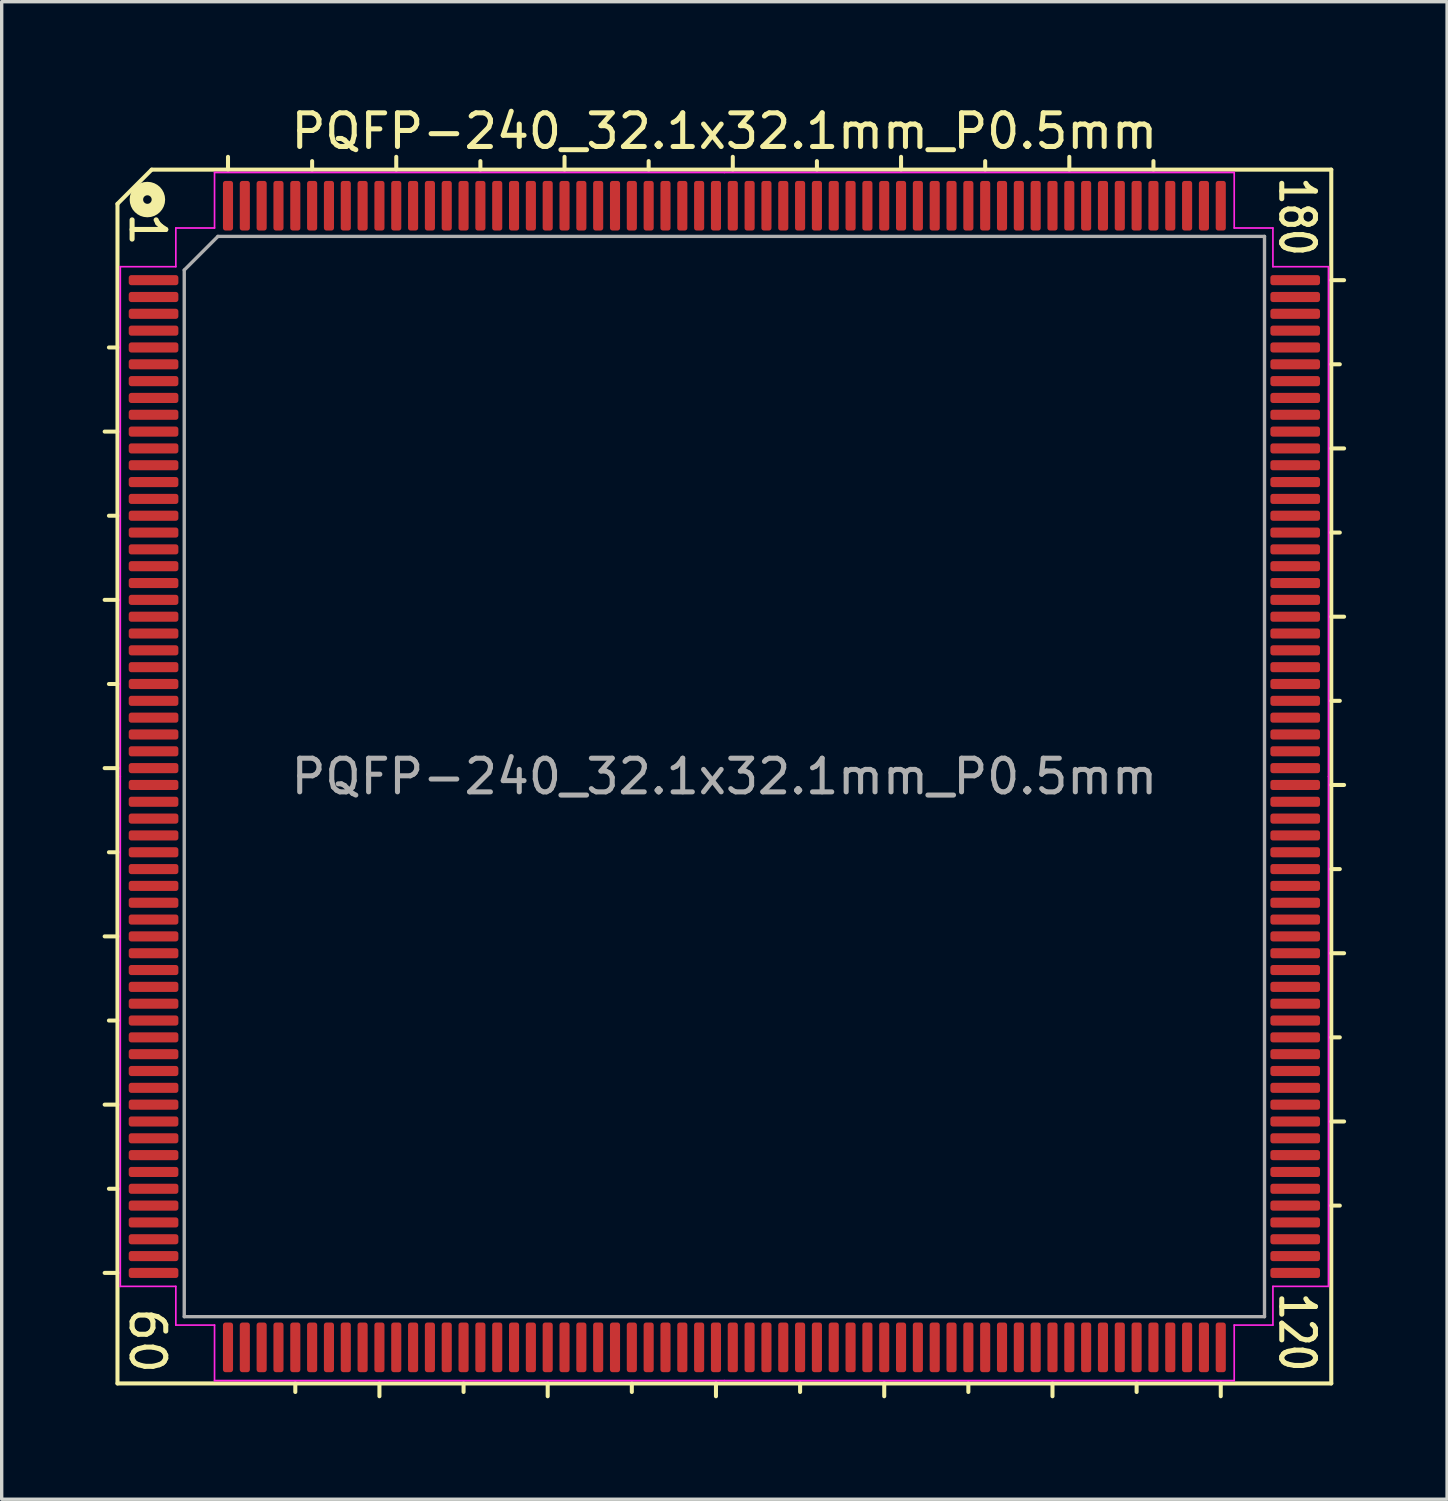
<source format=kicad_pcb>
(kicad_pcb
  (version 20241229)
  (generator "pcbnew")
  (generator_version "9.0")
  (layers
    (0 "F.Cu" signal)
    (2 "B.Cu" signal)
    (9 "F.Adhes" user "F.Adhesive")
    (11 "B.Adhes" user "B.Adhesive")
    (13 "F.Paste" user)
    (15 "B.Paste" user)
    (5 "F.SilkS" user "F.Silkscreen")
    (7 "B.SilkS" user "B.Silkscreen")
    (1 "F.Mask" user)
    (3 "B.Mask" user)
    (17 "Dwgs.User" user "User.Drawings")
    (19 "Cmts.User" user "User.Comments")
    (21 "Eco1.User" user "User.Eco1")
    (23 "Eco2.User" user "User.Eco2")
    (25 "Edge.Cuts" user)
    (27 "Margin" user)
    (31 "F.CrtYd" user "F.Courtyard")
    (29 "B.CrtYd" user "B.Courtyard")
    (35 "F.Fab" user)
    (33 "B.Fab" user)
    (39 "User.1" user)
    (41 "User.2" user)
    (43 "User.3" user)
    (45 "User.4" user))
  (footprint "PQFP-240_32.1x32.1mm_P0.5mm"
    (layer "F.Cu")
    (at 18.475 20.025)
    (property "Reference" "PQFP-240_32.1x32.1mm_P0.5mm" (at 0 -19.177 0) (layer "F.SilkS") (effects (font (size 1 1) (thickness 0.15))))
    (attr smd)
    (fp_line (start -18.034 -17.018) (end -18.034 18.034) (stroke (width 0.12) (type solid)) (layer "F.SilkS"))
    (fp_line (start -18.034 -12.75) (end -18.288 -12.75) (stroke (width 0.12) (type solid)) (layer "F.SilkS"))
    (fp_line (start -18.034 -10.25) (end -18.415 -10.25) (stroke (width 0.12) (type solid)) (layer "F.SilkS"))
    (fp_line (start -18.034 -7.75) (end -18.288 -7.75) (stroke (width 0.12) (type solid)) (layer "F.SilkS"))
    (fp_line (start -18.034 -5.25) (end -18.415 -5.25) (stroke (width 0.12) (type solid)) (layer "F.SilkS"))
    (fp_line (start -18.034 -2.75) (end -18.288 -2.75) (stroke (width 0.12) (type solid)) (layer "F.SilkS"))
    (fp_line (start -18.034 -0.25) (end -18.415 -0.25) (stroke (width 0.12) (type solid)) (layer "F.SilkS"))
    (fp_line (start -18.034 2.25) (end -18.288 2.25) (stroke (width 0.12) (type solid)) (layer "F.SilkS"))
    (fp_line (start -18.034 4.75) (end -18.415 4.75) (stroke (width 0.12) (type solid)) (layer "F.SilkS"))
    (fp_line (start -18.034 7.25) (end -18.288 7.25) (stroke (width 0.12) (type solid)) (layer "F.SilkS"))
    (fp_line (start -18.034 9.75) (end -18.415 9.75) (stroke (width 0.12) (type solid)) (layer "F.SilkS"))
    (fp_line (start -18.034 12.25) (end -18.288 12.25) (stroke (width 0.12) (type solid)) (layer "F.SilkS"))
    (fp_line (start -18.034 14.75) (end -18.415 14.75) (stroke (width 0.12) (type solid)) (layer "F.SilkS"))
    (fp_line (start -18.034 18.034) (end 18.034 18.034) (stroke (width 0.12) (type solid)) (layer "F.SilkS"))
    (fp_line (start -17.018 -18.034) (end -18.034 -17.018) (stroke (width 0.12) (type solid)) (layer "F.SilkS"))
    (fp_line (start -14.75 -18.034) (end -14.75 -18.415) (stroke (width 0.12) (type solid)) (layer "F.SilkS"))
    (fp_line (start -12.75 18.034) (end -12.75 18.288) (stroke (width 0.12) (type solid)) (layer "F.SilkS"))
    (fp_line (start -12.25 -18.034) (end -12.25 -18.288) (stroke (width 0.12) (type solid)) (layer "F.SilkS"))
    (fp_line (start -10.25 18.034) (end -10.25 18.415) (stroke (width 0.12) (type solid)) (layer "F.SilkS"))
    (fp_line (start -9.75 -18.034) (end -9.75 -18.415) (stroke (width 0.12) (type solid)) (layer "F.SilkS"))
    (fp_line (start -7.75 18.034) (end -7.75 18.288) (stroke (width 0.12) (type solid)) (layer "F.SilkS"))
    (fp_line (start -7.25 -18.288) (end -7.25 -18.034) (stroke (width 0.12) (type solid)) (layer "F.SilkS"))
    (fp_line (start -5.25 18.034) (end -5.25 18.415) (stroke (width 0.12) (type solid)) (layer "F.SilkS"))
    (fp_line (start -4.75 -18.415) (end -4.75 -18.034) (stroke (width 0.12) (type solid)) (layer "F.SilkS"))
    (fp_line (start -2.75 18.034) (end -2.75 18.288) (stroke (width 0.12) (type solid)) (layer "F.SilkS"))
    (fp_line (start -2.25 -18.288) (end -2.25 -18.034) (stroke (width 0.12) (type solid)) (layer "F.SilkS"))
    (fp_line (start -0.25 18.034) (end -0.25 18.415) (stroke (width 0.12) (type solid)) (layer "F.SilkS"))
    (fp_line (start 0.25 -18.034) (end 0.25 -18.415) (stroke (width 0.12) (type solid)) (layer "F.SilkS"))
    (fp_line (start 2.25 18.034) (end 2.25 18.288) (stroke (width 0.12) (type solid)) (layer "F.SilkS"))
    (fp_line (start 2.75 -18.034) (end 2.75 -18.288) (stroke (width 0.12) (type solid)) (layer "F.SilkS"))
    (fp_line (start 4.75 18.034) (end 4.75 18.415) (stroke (width 0.12) (type solid)) (layer "F.SilkS"))
    (fp_line (start 5.25 -18.034) (end 5.25 -18.415) (stroke (width 0.12) (type solid)) (layer "F.SilkS"))
    (fp_line (start 7.25 18.034) (end 7.25 18.288) (stroke (width 0.12) (type solid)) (layer "F.SilkS"))
    (fp_line (start 7.75 -18.034) (end 7.75 -18.288) (stroke (width 0.12) (type solid)) (layer "F.SilkS"))
    (fp_line (start 9.75 18.034) (end 9.75 18.415) (stroke (width 0.12) (type solid)) (layer "F.SilkS"))
    (fp_line (start 10.25 -18.034) (end 10.25 -18.415) (stroke (width 0.12) (type solid)) (layer "F.SilkS"))
    (fp_line (start 12.25 18.034) (end 12.25 18.288) (stroke (width 0.12) (type solid)) (layer "F.SilkS"))
    (fp_line (start 12.75 -18.034) (end 12.75 -18.288) (stroke (width 0.12) (type solid)) (layer "F.SilkS"))
    (fp_line (start 14.75 18.034) (end 14.75 18.415) (stroke (width 0.12) (type solid)) (layer "F.SilkS"))
    (fp_line (start 18.034 -18.034) (end -17.018 -18.034) (stroke (width 0.12) (type solid)) (layer "F.SilkS"))
    (fp_line (start 18.034 -14.75) (end 18.415 -14.75) (stroke (width 0.12) (type solid)) (layer "F.SilkS"))
    (fp_line (start 18.034 -12.25) (end 18.288 -12.25) (stroke (width 0.12) (type solid)) (layer "F.SilkS"))
    (fp_line (start 18.034 -9.75) (end 18.415 -9.75) (stroke (width 0.12) (type solid)) (layer "F.SilkS"))
    (fp_line (start 18.034 -7.25) (end 18.288 -7.25) (stroke (width 0.12) (type solid)) (layer "F.SilkS"))
    (fp_line (start 18.034 -4.75) (end 18.415 -4.75) (stroke (width 0.12) (type solid)) (layer "F.SilkS"))
    (fp_line (start 18.034 -2.25) (end 18.288 -2.25) (stroke (width 0.12) (type solid)) (layer "F.SilkS"))
    (fp_line (start 18.034 0.25) (end 18.415 0.25) (stroke (width 0.12) (type solid)) (layer "F.SilkS"))
    (fp_line (start 18.034 2.75) (end 18.288 2.75) (stroke (width 0.12) (type solid)) (layer "F.SilkS"))
    (fp_line (start 18.034 5.25) (end 18.415 5.25) (stroke (width 0.12) (type solid)) (layer "F.SilkS"))
    (fp_line (start 18.034 7.75) (end 18.288 7.75) (stroke (width 0.12) (type solid)) (layer "F.SilkS"))
    (fp_line (start 18.034 10.25) (end 18.415 10.25) (stroke (width 0.12) (type solid)) (layer "F.SilkS"))
    (fp_line (start 18.034 12.75) (end 18.288 12.75) (stroke (width 0.12) (type solid)) (layer "F.SilkS"))
    (fp_line (start 18.034 18.034) (end 18.034 -18.034) (stroke (width 0.12) (type solid)) (layer "F.SilkS"))
    (fp_circle (center -17.145 -17.145) (end -17.018 -17.145) (stroke (width 0.4) (type solid)) (fill no) (layer "F.SilkS"))
    (fp_line (start -17.95 -15.15) (end -17.95 0) (stroke (width 0.05) (type solid)) (layer "F.CrtYd"))
    (fp_line (start -17.95 15.15) (end -17.95 0) (stroke (width 0.05) (type solid)) (layer "F.CrtYd"))
    (fp_line (start -16.3 -16.3) (end -16.3 -15.15) (stroke (width 0.05) (type solid)) (layer "F.CrtYd"))
    (fp_line (start -16.3 -15.15) (end -17.95 -15.15) (stroke (width 0.05) (type solid)) (layer "F.CrtYd"))
    (fp_line (start -16.3 15.15) (end -17.95 15.15) (stroke (width 0.05) (type solid)) (layer "F.CrtYd"))
    (fp_line (start -16.3 16.3) (end -16.3 15.15) (stroke (width 0.05) (type solid)) (layer "F.CrtYd"))
    (fp_line (start -15.15 -17.95) (end -15.15 -16.3) (stroke (width 0.05) (type solid)) (layer "F.CrtYd"))
    (fp_line (start -15.15 -16.3) (end -16.3 -16.3) (stroke (width 0.05) (type solid)) (layer "F.CrtYd"))
    (fp_line (start -15.15 16.3) (end -16.3 16.3) (stroke (width 0.05) (type solid)) (layer "F.CrtYd"))
    (fp_line (start -15.15 17.95) (end -15.15 16.3) (stroke (width 0.05) (type solid)) (layer "F.CrtYd"))
    (fp_line (start 0 -17.95) (end -15.15 -17.95) (stroke (width 0.05) (type solid)) (layer "F.CrtYd"))
    (fp_line (start 0 -17.95) (end 15.15 -17.95) (stroke (width 0.05) (type solid)) (layer "F.CrtYd"))
    (fp_line (start 0 17.95) (end -15.15 17.95) (stroke (width 0.05) (type solid)) (layer "F.CrtYd"))
    (fp_line (start 0 17.95) (end 15.15 17.95) (stroke (width 0.05) (type solid)) (layer "F.CrtYd"))
    (fp_line (start 15.15 -17.95) (end 15.15 -16.3) (stroke (width 0.05) (type solid)) (layer "F.CrtYd"))
    (fp_line (start 15.15 -16.3) (end 16.3 -16.3) (stroke (width 0.05) (type solid)) (layer "F.CrtYd"))
    (fp_line (start 15.15 16.3) (end 16.3 16.3) (stroke (width 0.05) (type solid)) (layer "F.CrtYd"))
    (fp_line (start 15.15 17.95) (end 15.15 16.3) (stroke (width 0.05) (type solid)) (layer "F.CrtYd"))
    (fp_line (start 16.3 -16.3) (end 16.3 -15.15) (stroke (width 0.05) (type solid)) (layer "F.CrtYd"))
    (fp_line (start 16.3 -15.15) (end 17.95 -15.15) (stroke (width 0.05) (type solid)) (layer "F.CrtYd"))
    (fp_line (start 16.3 15.15) (end 17.95 15.15) (stroke (width 0.05) (type solid)) (layer "F.CrtYd"))
    (fp_line (start 16.3 16.3) (end 16.3 15.15) (stroke (width 0.05) (type solid)) (layer "F.CrtYd"))
    (fp_line (start 17.95 -15.15) (end 17.95 0) (stroke (width 0.05) (type solid)) (layer "F.CrtYd"))
    (fp_line (start 17.95 15.15) (end 17.95 0) (stroke (width 0.05) (type solid)) (layer "F.CrtYd"))
    (fp_line (start -16.05 -15.05) (end -15.05 -16.05) (stroke (width 0.1) (type solid)) (layer "F.Fab"))
    (fp_line (start -16.05 16.05) (end -16.05 -15.05) (stroke (width 0.1) (type solid)) (layer "F.Fab"))
    (fp_line (start -15.05 -16.05) (end 16.05 -16.05) (stroke (width 0.1) (type solid)) (layer "F.Fab"))
    (fp_line (start 16.05 -16.05) (end 16.05 16.05) (stroke (width 0.1) (type solid)) (layer "F.Fab"))
    (fp_line (start 16.05 16.05) (end -16.05 16.05) (stroke (width 0.1) (type solid)) (layer "F.Fab"))
    (fp_text user "1" (at -17.145 -16.256 270) (unlocked yes) (layer "F.SilkS") (effects (font (size 1 1) (thickness 0.15))))
    (fp_text user "180" (at 17.018 -16.637 270) (unlocked yes) (layer "F.SilkS") (effects (font (size 1 0.8) (thickness 0.15))))
    (fp_text user "60" (at -17.145 16.764 270) (unlocked yes) (layer "F.SilkS") (effects (font (size 1 1) (thickness 0.15))))
    (fp_text user "120" (at 17.018 16.51 270) (unlocked yes) (layer "F.SilkS") (effects (font (size 1 0.8) (thickness 0.15))))
    (fp_text user "${REFERENCE}" (at 0 0 0) (layer "F.Fab") (effects (font (size 1 1) (thickness 0.15))))
    (pad "1" smd roundrect (at -16.962 -14.75) (size 1.475 0.3) (layers "F.Cu" "F.Mask" "F.Paste") (roundrect_rratio 0.25))
    (pad "2" smd roundrect (at -16.962 -14.25) (size 1.475 0.3) (layers "F.Cu" "F.Mask" "F.Paste") (roundrect_rratio 0.25))
    (pad "3" smd roundrect (at -16.962 -13.75) (size 1.475 0.3) (layers "F.Cu" "F.Mask" "F.Paste") (roundrect_rratio 0.25))
    (pad "4" smd roundrect (at -16.962 -13.25) (size 1.475 0.3) (layers "F.Cu" "F.Mask" "F.Paste") (roundrect_rratio 0.25))
    (pad "5" smd roundrect (at -16.962 -12.75) (size 1.475 0.3) (layers "F.Cu" "F.Mask" "F.Paste") (roundrect_rratio 0.25))
    (pad "6" smd roundrect (at -16.962 -12.25) (size 1.475 0.3) (layers "F.Cu" "F.Mask" "F.Paste") (roundrect_rratio 0.25))
    (pad "7" smd roundrect (at -16.962 -11.75) (size 1.475 0.3) (layers "F.Cu" "F.Mask" "F.Paste") (roundrect_rratio 0.25))
    (pad "8" smd roundrect (at -16.962 -11.25) (size 1.475 0.3) (layers "F.Cu" "F.Mask" "F.Paste") (roundrect_rratio 0.25))
    (pad "9" smd roundrect (at -16.962 -10.75) (size 1.475 0.3) (layers "F.Cu" "F.Mask" "F.Paste") (roundrect_rratio 0.25))
    (pad "10" smd roundrect (at -16.962 -10.25) (size 1.475 0.3) (layers "F.Cu" "F.Mask" "F.Paste") (roundrect_rratio 0.25))
    (pad "11" smd roundrect (at -16.962 -9.75) (size 1.475 0.3) (layers "F.Cu" "F.Mask" "F.Paste") (roundrect_rratio 0.25))
    (pad "12" smd roundrect (at -16.962 -9.25) (size 1.475 0.3) (layers "F.Cu" "F.Mask" "F.Paste") (roundrect_rratio 0.25))
    (pad "13" smd roundrect (at -16.962 -8.75) (size 1.475 0.3) (layers "F.Cu" "F.Mask" "F.Paste") (roundrect_rratio 0.25))
    (pad "14" smd roundrect (at -16.962 -8.25) (size 1.475 0.3) (layers "F.Cu" "F.Mask" "F.Paste") (roundrect_rratio 0.25))
    (pad "15" smd roundrect (at -16.962 -7.75) (size 1.475 0.3) (layers "F.Cu" "F.Mask" "F.Paste") (roundrect_rratio 0.25))
    (pad "16" smd roundrect (at -16.962 -7.25) (size 1.475 0.3) (layers "F.Cu" "F.Mask" "F.Paste") (roundrect_rratio 0.25))
    (pad "17" smd roundrect (at -16.962 -6.75) (size 1.475 0.3) (layers "F.Cu" "F.Mask" "F.Paste") (roundrect_rratio 0.25))
    (pad "18" smd roundrect (at -16.962 -6.25) (size 1.475 0.3) (layers "F.Cu" "F.Mask" "F.Paste") (roundrect_rratio 0.25))
    (pad "19" smd roundrect (at -16.962 -5.75) (size 1.475 0.3) (layers "F.Cu" "F.Mask" "F.Paste") (roundrect_rratio 0.25))
    (pad "20" smd roundrect (at -16.962 -5.25) (size 1.475 0.3) (layers "F.Cu" "F.Mask" "F.Paste") (roundrect_rratio 0.25))
    (pad "21" smd roundrect (at -16.962 -4.75) (size 1.475 0.3) (layers "F.Cu" "F.Mask" "F.Paste") (roundrect_rratio 0.25))
    (pad "22" smd roundrect (at -16.962 -4.25) (size 1.475 0.3) (layers "F.Cu" "F.Mask" "F.Paste") (roundrect_rratio 0.25))
    (pad "23" smd roundrect (at -16.962 -3.75) (size 1.475 0.3) (layers "F.Cu" "F.Mask" "F.Paste") (roundrect_rratio 0.25))
    (pad "24" smd roundrect (at -16.962 -3.25) (size 1.475 0.3) (layers "F.Cu" "F.Mask" "F.Paste") (roundrect_rratio 0.25))
    (pad "25" smd roundrect (at -16.962 -2.75) (size 1.475 0.3) (layers "F.Cu" "F.Mask" "F.Paste") (roundrect_rratio 0.25))
    (pad "26" smd roundrect (at -16.962 -2.25) (size 1.475 0.3) (layers "F.Cu" "F.Mask" "F.Paste") (roundrect_rratio 0.25))
    (pad "27" smd roundrect (at -16.962 -1.75) (size 1.475 0.3) (layers "F.Cu" "F.Mask" "F.Paste") (roundrect_rratio 0.25))
    (pad "28" smd roundrect (at -16.962 -1.25) (size 1.475 0.3) (layers "F.Cu" "F.Mask" "F.Paste") (roundrect_rratio 0.25))
    (pad "29" smd roundrect (at -16.962 -0.75) (size 1.475 0.3) (layers "F.Cu" "F.Mask" "F.Paste") (roundrect_rratio 0.25))
    (pad "30" smd roundrect (at -16.962 -0.25) (size 1.475 0.3) (layers "F.Cu" "F.Mask" "F.Paste") (roundrect_rratio 0.25))
    (pad "31" smd roundrect (at -16.962 0.25) (size 1.475 0.3) (layers "F.Cu" "F.Mask" "F.Paste") (roundrect_rratio 0.25))
    (pad "32" smd roundrect (at -16.962 0.75) (size 1.475 0.3) (layers "F.Cu" "F.Mask" "F.Paste") (roundrect_rratio 0.25))
    (pad "33" smd roundrect (at -16.962 1.25) (size 1.475 0.3) (layers "F.Cu" "F.Mask" "F.Paste") (roundrect_rratio 0.25))
    (pad "34" smd roundrect (at -16.962 1.75) (size 1.475 0.3) (layers "F.Cu" "F.Mask" "F.Paste") (roundrect_rratio 0.25))
    (pad "35" smd roundrect (at -16.962 2.25) (size 1.475 0.3) (layers "F.Cu" "F.Mask" "F.Paste") (roundrect_rratio 0.25))
    (pad "36" smd roundrect (at -16.962 2.75) (size 1.475 0.3) (layers "F.Cu" "F.Mask" "F.Paste") (roundrect_rratio 0.25))
    (pad "37" smd roundrect (at -16.962 3.25) (size 1.475 0.3) (layers "F.Cu" "F.Mask" "F.Paste") (roundrect_rratio 0.25))
    (pad "38" smd roundrect (at -16.962 3.75) (size 1.475 0.3) (layers "F.Cu" "F.Mask" "F.Paste") (roundrect_rratio 0.25))
    (pad "39" smd roundrect (at -16.962 4.25) (size 1.475 0.3) (layers "F.Cu" "F.Mask" "F.Paste") (roundrect_rratio 0.25))
    (pad "40" smd roundrect (at -16.962 4.75) (size 1.475 0.3) (layers "F.Cu" "F.Mask" "F.Paste") (roundrect_rratio 0.25))
    (pad "41" smd roundrect (at -16.962 5.25) (size 1.475 0.3) (layers "F.Cu" "F.Mask" "F.Paste") (roundrect_rratio 0.25))
    (pad "42" smd roundrect (at -16.962 5.75) (size 1.475 0.3) (layers "F.Cu" "F.Mask" "F.Paste") (roundrect_rratio 0.25))
    (pad "43" smd roundrect (at -16.962 6.25) (size 1.475 0.3) (layers "F.Cu" "F.Mask" "F.Paste") (roundrect_rratio 0.25))
    (pad "44" smd roundrect (at -16.962 6.75) (size 1.475 0.3) (layers "F.Cu" "F.Mask" "F.Paste") (roundrect_rratio 0.25))
    (pad "45" smd roundrect (at -16.962 7.25) (size 1.475 0.3) (layers "F.Cu" "F.Mask" "F.Paste") (roundrect_rratio 0.25))
    (pad "46" smd roundrect (at -16.962 7.75) (size 1.475 0.3) (layers "F.Cu" "F.Mask" "F.Paste") (roundrect_rratio 0.25))
    (pad "47" smd roundrect (at -16.962 8.25) (size 1.475 0.3) (layers "F.Cu" "F.Mask" "F.Paste") (roundrect_rratio 0.25))
    (pad "48" smd roundrect (at -16.962 8.75) (size 1.475 0.3) (layers "F.Cu" "F.Mask" "F.Paste") (roundrect_rratio 0.25))
    (pad "49" smd roundrect (at -16.962 9.25) (size 1.475 0.3) (layers "F.Cu" "F.Mask" "F.Paste") (roundrect_rratio 0.25))
    (pad "50" smd roundrect (at -16.962 9.75) (size 1.475 0.3) (layers "F.Cu" "F.Mask" "F.Paste") (roundrect_rratio 0.25))
    (pad "51" smd roundrect (at -16.962 10.25) (size 1.475 0.3) (layers "F.Cu" "F.Mask" "F.Paste") (roundrect_rratio 0.25))
    (pad "52" smd roundrect (at -16.962 10.75) (size 1.475 0.3) (layers "F.Cu" "F.Mask" "F.Paste") (roundrect_rratio 0.25))
    (pad "53" smd roundrect (at -16.962 11.25) (size 1.475 0.3) (layers "F.Cu" "F.Mask" "F.Paste") (roundrect_rratio 0.25))
    (pad "54" smd roundrect (at -16.962 11.75) (size 1.475 0.3) (layers "F.Cu" "F.Mask" "F.Paste") (roundrect_rratio 0.25))
    (pad "55" smd roundrect (at -16.962 12.25) (size 1.475 0.3) (layers "F.Cu" "F.Mask" "F.Paste") (roundrect_rratio 0.25))
    (pad "56" smd roundrect (at -16.962 12.75) (size 1.475 0.3) (layers "F.Cu" "F.Mask" "F.Paste") (roundrect_rratio 0.25))
    (pad "57" smd roundrect (at -16.962 13.25) (size 1.475 0.3) (layers "F.Cu" "F.Mask" "F.Paste") (roundrect_rratio 0.25))
    (pad "58" smd roundrect (at -16.962 13.75) (size 1.475 0.3) (layers "F.Cu" "F.Mask" "F.Paste") (roundrect_rratio 0.25))
    (pad "59" smd roundrect (at -16.962 14.25) (size 1.475 0.3) (layers "F.Cu" "F.Mask" "F.Paste") (roundrect_rratio 0.25))
    (pad "60" smd roundrect (at -16.962 14.75) (size 1.475 0.3) (layers "F.Cu" "F.Mask" "F.Paste") (roundrect_rratio 0.25))
    (pad "61" smd roundrect (at -14.75 16.962) (size 0.3 1.475) (layers "F.Cu" "F.Mask" "F.Paste") (roundrect_rratio 0.25))
    (pad "62" smd roundrect (at -14.25 16.962) (size 0.3 1.475) (layers "F.Cu" "F.Mask" "F.Paste") (roundrect_rratio 0.25))
    (pad "63" smd roundrect (at -13.75 16.962) (size 0.3 1.475) (layers "F.Cu" "F.Mask" "F.Paste") (roundrect_rratio 0.25))
    (pad "64" smd roundrect (at -13.25 16.962) (size 0.3 1.475) (layers "F.Cu" "F.Mask" "F.Paste") (roundrect_rratio 0.25))
    (pad "65" smd roundrect (at -12.75 16.962) (size 0.3 1.475) (layers "F.Cu" "F.Mask" "F.Paste") (roundrect_rratio 0.25))
    (pad "66" smd roundrect (at -12.25 16.962) (size 0.3 1.475) (layers "F.Cu" "F.Mask" "F.Paste") (roundrect_rratio 0.25))
    (pad "67" smd roundrect (at -11.75 16.962) (size 0.3 1.475) (layers "F.Cu" "F.Mask" "F.Paste") (roundrect_rratio 0.25))
    (pad "68" smd roundrect (at -11.25 16.962) (size 0.3 1.475) (layers "F.Cu" "F.Mask" "F.Paste") (roundrect_rratio 0.25))
    (pad "69" smd roundrect (at -10.75 16.962) (size 0.3 1.475) (layers "F.Cu" "F.Mask" "F.Paste") (roundrect_rratio 0.25))
    (pad "70" smd roundrect (at -10.25 16.962) (size 0.3 1.475) (layers "F.Cu" "F.Mask" "F.Paste") (roundrect_rratio 0.25))
    (pad "71" smd roundrect (at -9.75 16.962) (size 0.3 1.475) (layers "F.Cu" "F.Mask" "F.Paste") (roundrect_rratio 0.25))
    (pad "72" smd roundrect (at -9.25 16.962) (size 0.3 1.475) (layers "F.Cu" "F.Mask" "F.Paste") (roundrect_rratio 0.25))
    (pad "73" smd roundrect (at -8.75 16.962) (size 0.3 1.475) (layers "F.Cu" "F.Mask" "F.Paste") (roundrect_rratio 0.25))
    (pad "74" smd roundrect (at -8.25 16.962) (size 0.3 1.475) (layers "F.Cu" "F.Mask" "F.Paste") (roundrect_rratio 0.25))
    (pad "75" smd roundrect (at -7.75 16.962) (size 0.3 1.475) (layers "F.Cu" "F.Mask" "F.Paste") (roundrect_rratio 0.25))
    (pad "76" smd roundrect (at -7.25 16.962) (size 0.3 1.475) (layers "F.Cu" "F.Mask" "F.Paste") (roundrect_rratio 0.25))
    (pad "77" smd roundrect (at -6.75 16.962) (size 0.3 1.475) (layers "F.Cu" "F.Mask" "F.Paste") (roundrect_rratio 0.25))
    (pad "78" smd roundrect (at -6.25 16.962) (size 0.3 1.475) (layers "F.Cu" "F.Mask" "F.Paste") (roundrect_rratio 0.25))
    (pad "79" smd roundrect (at -5.75 16.962) (size 0.3 1.475) (layers "F.Cu" "F.Mask" "F.Paste") (roundrect_rratio 0.25))
    (pad "80" smd roundrect (at -5.25 16.962) (size 0.3 1.475) (layers "F.Cu" "F.Mask" "F.Paste") (roundrect_rratio 0.25))
    (pad "81" smd roundrect (at -4.75 16.962) (size 0.3 1.475) (layers "F.Cu" "F.Mask" "F.Paste") (roundrect_rratio 0.25))
    (pad "82" smd roundrect (at -4.25 16.962) (size 0.3 1.475) (layers "F.Cu" "F.Mask" "F.Paste") (roundrect_rratio 0.25))
    (pad "83" smd roundrect (at -3.75 16.962) (size 0.3 1.475) (layers "F.Cu" "F.Mask" "F.Paste") (roundrect_rratio 0.25))
    (pad "84" smd roundrect (at -3.25 16.962) (size 0.3 1.475) (layers "F.Cu" "F.Mask" "F.Paste") (roundrect_rratio 0.25))
    (pad "85" smd roundrect (at -2.75 16.962) (size 0.3 1.475) (layers "F.Cu" "F.Mask" "F.Paste") (roundrect_rratio 0.25))
    (pad "86" smd roundrect (at -2.25 16.962) (size 0.3 1.475) (layers "F.Cu" "F.Mask" "F.Paste") (roundrect_rratio 0.25))
    (pad "87" smd roundrect (at -1.75 16.962) (size 0.3 1.475) (layers "F.Cu" "F.Mask" "F.Paste") (roundrect_rratio 0.25))
    (pad "88" smd roundrect (at -1.25 16.962) (size 0.3 1.475) (layers "F.Cu" "F.Mask" "F.Paste") (roundrect_rratio 0.25))
    (pad "89" smd roundrect (at -0.75 16.962) (size 0.3 1.475) (layers "F.Cu" "F.Mask" "F.Paste") (roundrect_rratio 0.25))
    (pad "90" smd roundrect (at -0.25 16.962) (size 0.3 1.475) (layers "F.Cu" "F.Mask" "F.Paste") (roundrect_rratio 0.25))
    (pad "91" smd roundrect (at 0.25 16.962) (size 0.3 1.475) (layers "F.Cu" "F.Mask" "F.Paste") (roundrect_rratio 0.25))
    (pad "92" smd roundrect (at 0.75 16.962) (size 0.3 1.475) (layers "F.Cu" "F.Mask" "F.Paste") (roundrect_rratio 0.25))
    (pad "93" smd roundrect (at 1.25 16.962) (size 0.3 1.475) (layers "F.Cu" "F.Mask" "F.Paste") (roundrect_rratio 0.25))
    (pad "94" smd roundrect (at 1.75 16.962) (size 0.3 1.475) (layers "F.Cu" "F.Mask" "F.Paste") (roundrect_rratio 0.25))
    (pad "95" smd roundrect (at 2.25 16.962) (size 0.3 1.475) (layers "F.Cu" "F.Mask" "F.Paste") (roundrect_rratio 0.25))
    (pad "96" smd roundrect (at 2.75 16.962) (size 0.3 1.475) (layers "F.Cu" "F.Mask" "F.Paste") (roundrect_rratio 0.25))
    (pad "97" smd roundrect (at 3.25 16.962) (size 0.3 1.475) (layers "F.Cu" "F.Mask" "F.Paste") (roundrect_rratio 0.25))
    (pad "98" smd roundrect (at 3.75 16.962) (size 0.3 1.475) (layers "F.Cu" "F.Mask" "F.Paste") (roundrect_rratio 0.25))
    (pad "99" smd roundrect (at 4.25 16.962) (size 0.3 1.475) (layers "F.Cu" "F.Mask" "F.Paste") (roundrect_rratio 0.25))
    (pad "100" smd roundrect (at 4.75 16.962) (size 0.3 1.475) (layers "F.Cu" "F.Mask" "F.Paste") (roundrect_rratio 0.25))
    (pad "101" smd roundrect (at 5.25 16.962) (size 0.3 1.475) (layers "F.Cu" "F.Mask" "F.Paste") (roundrect_rratio 0.25))
    (pad "102" smd roundrect (at 5.75 16.962) (size 0.3 1.475) (layers "F.Cu" "F.Mask" "F.Paste") (roundrect_rratio 0.25))
    (pad "103" smd roundrect (at 6.25 16.962) (size 0.3 1.475) (layers "F.Cu" "F.Mask" "F.Paste") (roundrect_rratio 0.25))
    (pad "104" smd roundrect (at 6.75 16.962) (size 0.3 1.475) (layers "F.Cu" "F.Mask" "F.Paste") (roundrect_rratio 0.25))
    (pad "105" smd roundrect (at 7.25 16.962) (size 0.3 1.475) (layers "F.Cu" "F.Mask" "F.Paste") (roundrect_rratio 0.25))
    (pad "106" smd roundrect (at 7.75 16.962) (size 0.3 1.475) (layers "F.Cu" "F.Mask" "F.Paste") (roundrect_rratio 0.25))
    (pad "107" smd roundrect (at 8.25 16.962) (size 0.3 1.475) (layers "F.Cu" "F.Mask" "F.Paste") (roundrect_rratio 0.25))
    (pad "108" smd roundrect (at 8.75 16.962) (size 0.3 1.475) (layers "F.Cu" "F.Mask" "F.Paste") (roundrect_rratio 0.25))
    (pad "109" smd roundrect (at 9.25 16.962) (size 0.3 1.475) (layers "F.Cu" "F.Mask" "F.Paste") (roundrect_rratio 0.25))
    (pad "110" smd roundrect (at 9.75 16.962) (size 0.3 1.475) (layers "F.Cu" "F.Mask" "F.Paste") (roundrect_rratio 0.25))
    (pad "111" smd roundrect (at 10.25 16.962) (size 0.3 1.475) (layers "F.Cu" "F.Mask" "F.Paste") (roundrect_rratio 0.25))
    (pad "112" smd roundrect (at 10.75 16.962) (size 0.3 1.475) (layers "F.Cu" "F.Mask" "F.Paste") (roundrect_rratio 0.25))
    (pad "113" smd roundrect (at 11.25 16.962) (size 0.3 1.475) (layers "F.Cu" "F.Mask" "F.Paste") (roundrect_rratio 0.25))
    (pad "114" smd roundrect (at 11.75 16.962) (size 0.3 1.475) (layers "F.Cu" "F.Mask" "F.Paste") (roundrect_rratio 0.25))
    (pad "115" smd roundrect (at 12.25 16.962) (size 0.3 1.475) (layers "F.Cu" "F.Mask" "F.Paste") (roundrect_rratio 0.25))
    (pad "116" smd roundrect (at 12.75 16.962) (size 0.3 1.475) (layers "F.Cu" "F.Mask" "F.Paste") (roundrect_rratio 0.25))
    (pad "117" smd roundrect (at 13.25 16.962) (size 0.3 1.475) (layers "F.Cu" "F.Mask" "F.Paste") (roundrect_rratio 0.25))
    (pad "118" smd roundrect (at 13.75 16.962) (size 0.3 1.475) (layers "F.Cu" "F.Mask" "F.Paste") (roundrect_rratio 0.25))
    (pad "119" smd roundrect (at 14.25 16.962) (size 0.3 1.475) (layers "F.Cu" "F.Mask" "F.Paste") (roundrect_rratio 0.25))
    (pad "120" smd roundrect (at 14.75 16.962) (size 0.3 1.475) (layers "F.Cu" "F.Mask" "F.Paste") (roundrect_rratio 0.25))
    (pad "121" smd roundrect (at 16.962 14.75) (size 1.475 0.3) (layers "F.Cu" "F.Mask" "F.Paste") (roundrect_rratio 0.25))
    (pad "122" smd roundrect (at 16.962 14.25) (size 1.475 0.3) (layers "F.Cu" "F.Mask" "F.Paste") (roundrect_rratio 0.25))
    (pad "123" smd roundrect (at 16.962 13.75) (size 1.475 0.3) (layers "F.Cu" "F.Mask" "F.Paste") (roundrect_rratio 0.25))
    (pad "124" smd roundrect (at 16.962 13.25) (size 1.475 0.3) (layers "F.Cu" "F.Mask" "F.Paste") (roundrect_rratio 0.25))
    (pad "125" smd roundrect (at 16.962 12.75) (size 1.475 0.3) (layers "F.Cu" "F.Mask" "F.Paste") (roundrect_rratio 0.25))
    (pad "126" smd roundrect (at 16.962 12.25) (size 1.475 0.3) (layers "F.Cu" "F.Mask" "F.Paste") (roundrect_rratio 0.25))
    (pad "127" smd roundrect (at 16.962 11.75) (size 1.475 0.3) (layers "F.Cu" "F.Mask" "F.Paste") (roundrect_rratio 0.25))
    (pad "128" smd roundrect (at 16.962 11.25) (size 1.475 0.3) (layers "F.Cu" "F.Mask" "F.Paste") (roundrect_rratio 0.25))
    (pad "129" smd roundrect (at 16.962 10.75) (size 1.475 0.3) (layers "F.Cu" "F.Mask" "F.Paste") (roundrect_rratio 0.25))
    (pad "130" smd roundrect (at 16.962 10.25) (size 1.475 0.3) (layers "F.Cu" "F.Mask" "F.Paste") (roundrect_rratio 0.25))
    (pad "131" smd roundrect (at 16.962 9.75) (size 1.475 0.3) (layers "F.Cu" "F.Mask" "F.Paste") (roundrect_rratio 0.25))
    (pad "132" smd roundrect (at 16.962 9.25) (size 1.475 0.3) (layers "F.Cu" "F.Mask" "F.Paste") (roundrect_rratio 0.25))
    (pad "133" smd roundrect (at 16.962 8.75) (size 1.475 0.3) (layers "F.Cu" "F.Mask" "F.Paste") (roundrect_rratio 0.25))
    (pad "134" smd roundrect (at 16.962 8.25) (size 1.475 0.3) (layers "F.Cu" "F.Mask" "F.Paste") (roundrect_rratio 0.25))
    (pad "135" smd roundrect (at 16.962 7.75) (size 1.475 0.3) (layers "F.Cu" "F.Mask" "F.Paste") (roundrect_rratio 0.25))
    (pad "136" smd roundrect (at 16.962 7.25) (size 1.475 0.3) (layers "F.Cu" "F.Mask" "F.Paste") (roundrect_rratio 0.25))
    (pad "137" smd roundrect (at 16.962 6.75) (size 1.475 0.3) (layers "F.Cu" "F.Mask" "F.Paste") (roundrect_rratio 0.25))
    (pad "138" smd roundrect (at 16.962 6.25) (size 1.475 0.3) (layers "F.Cu" "F.Mask" "F.Paste") (roundrect_rratio 0.25))
    (pad "139" smd roundrect (at 16.962 5.75) (size 1.475 0.3) (layers "F.Cu" "F.Mask" "F.Paste") (roundrect_rratio 0.25))
    (pad "140" smd roundrect (at 16.962 5.25) (size 1.475 0.3) (layers "F.Cu" "F.Mask" "F.Paste") (roundrect_rratio 0.25))
    (pad "141" smd roundrect (at 16.962 4.75) (size 1.475 0.3) (layers "F.Cu" "F.Mask" "F.Paste") (roundrect_rratio 0.25))
    (pad "142" smd roundrect (at 16.962 4.25) (size 1.475 0.3) (layers "F.Cu" "F.Mask" "F.Paste") (roundrect_rratio 0.25))
    (pad "143" smd roundrect (at 16.962 3.75) (size 1.475 0.3) (layers "F.Cu" "F.Mask" "F.Paste") (roundrect_rratio 0.25))
    (pad "144" smd roundrect (at 16.962 3.25) (size 1.475 0.3) (layers "F.Cu" "F.Mask" "F.Paste") (roundrect_rratio 0.25))
    (pad "145" smd roundrect (at 16.962 2.75) (size 1.475 0.3) (layers "F.Cu" "F.Mask" "F.Paste") (roundrect_rratio 0.25))
    (pad "146" smd roundrect (at 16.962 2.25) (size 1.475 0.3) (layers "F.Cu" "F.Mask" "F.Paste") (roundrect_rratio 0.25))
    (pad "147" smd roundrect (at 16.962 1.75) (size 1.475 0.3) (layers "F.Cu" "F.Mask" "F.Paste") (roundrect_rratio 0.25))
    (pad "148" smd roundrect (at 16.962 1.25) (size 1.475 0.3) (layers "F.Cu" "F.Mask" "F.Paste") (roundrect_rratio 0.25))
    (pad "149" smd roundrect (at 16.962 0.75) (size 1.475 0.3) (layers "F.Cu" "F.Mask" "F.Paste") (roundrect_rratio 0.25))
    (pad "150" smd roundrect (at 16.962 0.25) (size 1.475 0.3) (layers "F.Cu" "F.Mask" "F.Paste") (roundrect_rratio 0.25))
    (pad "151" smd roundrect (at 16.962 -0.25) (size 1.475 0.3) (layers "F.Cu" "F.Mask" "F.Paste") (roundrect_rratio 0.25))
    (pad "152" smd roundrect (at 16.962 -0.75) (size 1.475 0.3) (layers "F.Cu" "F.Mask" "F.Paste") (roundrect_rratio 0.25))
    (pad "153" smd roundrect (at 16.962 -1.25) (size 1.475 0.3) (layers "F.Cu" "F.Mask" "F.Paste") (roundrect_rratio 0.25))
    (pad "154" smd roundrect (at 16.962 -1.75) (size 1.475 0.3) (layers "F.Cu" "F.Mask" "F.Paste") (roundrect_rratio 0.25))
    (pad "155" smd roundrect (at 16.962 -2.25) (size 1.475 0.3) (layers "F.Cu" "F.Mask" "F.Paste") (roundrect_rratio 0.25))
    (pad "156" smd roundrect (at 16.962 -2.75) (size 1.475 0.3) (layers "F.Cu" "F.Mask" "F.Paste") (roundrect_rratio 0.25))
    (pad "157" smd roundrect (at 16.962 -3.25) (size 1.475 0.3) (layers "F.Cu" "F.Mask" "F.Paste") (roundrect_rratio 0.25))
    (pad "158" smd roundrect (at 16.962 -3.75) (size 1.475 0.3) (layers "F.Cu" "F.Mask" "F.Paste") (roundrect_rratio 0.25))
    (pad "159" smd roundrect (at 16.962 -4.25) (size 1.475 0.3) (layers "F.Cu" "F.Mask" "F.Paste") (roundrect_rratio 0.25))
    (pad "160" smd roundrect (at 16.962 -4.75) (size 1.475 0.3) (layers "F.Cu" "F.Mask" "F.Paste") (roundrect_rratio 0.25))
    (pad "161" smd roundrect (at 16.962 -5.25) (size 1.475 0.3) (layers "F.Cu" "F.Mask" "F.Paste") (roundrect_rratio 0.25))
    (pad "162" smd roundrect (at 16.962 -5.75) (size 1.475 0.3) (layers "F.Cu" "F.Mask" "F.Paste") (roundrect_rratio 0.25))
    (pad "163" smd roundrect (at 16.962 -6.25) (size 1.475 0.3) (layers "F.Cu" "F.Mask" "F.Paste") (roundrect_rratio 0.25))
    (pad "164" smd roundrect (at 16.962 -6.75) (size 1.475 0.3) (layers "F.Cu" "F.Mask" "F.Paste") (roundrect_rratio 0.25))
    (pad "165" smd roundrect (at 16.962 -7.25) (size 1.475 0.3) (layers "F.Cu" "F.Mask" "F.Paste") (roundrect_rratio 0.25))
    (pad "166" smd roundrect (at 16.962 -7.75) (size 1.475 0.3) (layers "F.Cu" "F.Mask" "F.Paste") (roundrect_rratio 0.25))
    (pad "167" smd roundrect (at 16.962 -8.25) (size 1.475 0.3) (layers "F.Cu" "F.Mask" "F.Paste") (roundrect_rratio 0.25))
    (pad "168" smd roundrect (at 16.962 -8.75) (size 1.475 0.3) (layers "F.Cu" "F.Mask" "F.Paste") (roundrect_rratio 0.25))
    (pad "169" smd roundrect (at 16.962 -9.25) (size 1.475 0.3) (layers "F.Cu" "F.Mask" "F.Paste") (roundrect_rratio 0.25))
    (pad "170" smd roundrect (at 16.962 -9.75) (size 1.475 0.3) (layers "F.Cu" "F.Mask" "F.Paste") (roundrect_rratio 0.25))
    (pad "171" smd roundrect (at 16.962 -10.25) (size 1.475 0.3) (layers "F.Cu" "F.Mask" "F.Paste") (roundrect_rratio 0.25))
    (pad "172" smd roundrect (at 16.962 -10.75) (size 1.475 0.3) (layers "F.Cu" "F.Mask" "F.Paste") (roundrect_rratio 0.25))
    (pad "173" smd roundrect (at 16.962 -11.25) (size 1.475 0.3) (layers "F.Cu" "F.Mask" "F.Paste") (roundrect_rratio 0.25))
    (pad "174" smd roundrect (at 16.962 -11.75) (size 1.475 0.3) (layers "F.Cu" "F.Mask" "F.Paste") (roundrect_rratio 0.25))
    (pad "175" smd roundrect (at 16.962 -12.25) (size 1.475 0.3) (layers "F.Cu" "F.Mask" "F.Paste") (roundrect_rratio 0.25))
    (pad "176" smd roundrect (at 16.962 -12.75) (size 1.475 0.3) (layers "F.Cu" "F.Mask" "F.Paste") (roundrect_rratio 0.25))
    (pad "177" smd roundrect (at 16.962 -13.25) (size 1.475 0.3) (layers "F.Cu" "F.Mask" "F.Paste") (roundrect_rratio 0.25))
    (pad "178" smd roundrect (at 16.962 -13.75) (size 1.475 0.3) (layers "F.Cu" "F.Mask" "F.Paste") (roundrect_rratio 0.25))
    (pad "179" smd roundrect (at 16.962 -14.25) (size 1.475 0.3) (layers "F.Cu" "F.Mask" "F.Paste") (roundrect_rratio 0.25))
    (pad "180" smd roundrect (at 16.962 -14.75) (size 1.475 0.3) (layers "F.Cu" "F.Mask" "F.Paste") (roundrect_rratio 0.25))
    (pad "181" smd roundrect (at 14.75 -16.962) (size 0.3 1.475) (layers "F.Cu" "F.Mask" "F.Paste") (roundrect_rratio 0.25))
    (pad "182" smd roundrect (at 14.25 -16.962) (size 0.3 1.475) (layers "F.Cu" "F.Mask" "F.Paste") (roundrect_rratio 0.25))
    (pad "183" smd roundrect (at 13.75 -16.962) (size 0.3 1.475) (layers "F.Cu" "F.Mask" "F.Paste") (roundrect_rratio 0.25))
    (pad "184" smd roundrect (at 13.25 -16.962) (size 0.3 1.475) (layers "F.Cu" "F.Mask" "F.Paste") (roundrect_rratio 0.25))
    (pad "185" smd roundrect (at 12.75 -16.962) (size 0.3 1.475) (layers "F.Cu" "F.Mask" "F.Paste") (roundrect_rratio 0.25))
    (pad "186" smd roundrect (at 12.25 -16.962) (size 0.3 1.475) (layers "F.Cu" "F.Mask" "F.Paste") (roundrect_rratio 0.25))
    (pad "187" smd roundrect (at 11.75 -16.962) (size 0.3 1.475) (layers "F.Cu" "F.Mask" "F.Paste") (roundrect_rratio 0.25))
    (pad "188" smd roundrect (at 11.25 -16.962) (size 0.3 1.475) (layers "F.Cu" "F.Mask" "F.Paste") (roundrect_rratio 0.25))
    (pad "189" smd roundrect (at 10.75 -16.962) (size 0.3 1.475) (layers "F.Cu" "F.Mask" "F.Paste") (roundrect_rratio 0.25))
    (pad "190" smd roundrect (at 10.25 -16.962) (size 0.3 1.475) (layers "F.Cu" "F.Mask" "F.Paste") (roundrect_rratio 0.25))
    (pad "191" smd roundrect (at 9.75 -16.962) (size 0.3 1.475) (layers "F.Cu" "F.Mask" "F.Paste") (roundrect_rratio 0.25))
    (pad "192" smd roundrect (at 9.25 -16.962) (size 0.3 1.475) (layers "F.Cu" "F.Mask" "F.Paste") (roundrect_rratio 0.25))
    (pad "193" smd roundrect (at 8.75 -16.962) (size 0.3 1.475) (layers "F.Cu" "F.Mask" "F.Paste") (roundrect_rratio 0.25))
    (pad "194" smd roundrect (at 8.25 -16.962) (size 0.3 1.475) (layers "F.Cu" "F.Mask" "F.Paste") (roundrect_rratio 0.25))
    (pad "195" smd roundrect (at 7.75 -16.962) (size 0.3 1.475) (layers "F.Cu" "F.Mask" "F.Paste") (roundrect_rratio 0.25))
    (pad "196" smd roundrect (at 7.25 -16.962) (size 0.3 1.475) (layers "F.Cu" "F.Mask" "F.Paste") (roundrect_rratio 0.25))
    (pad "197" smd roundrect (at 6.75 -16.962) (size 0.3 1.475) (layers "F.Cu" "F.Mask" "F.Paste") (roundrect_rratio 0.25))
    (pad "198" smd roundrect (at 6.25 -16.962) (size 0.3 1.475) (layers "F.Cu" "F.Mask" "F.Paste") (roundrect_rratio 0.25))
    (pad "199" smd roundrect (at 5.75 -16.962) (size 0.3 1.475) (layers "F.Cu" "F.Mask" "F.Paste") (roundrect_rratio 0.25))
    (pad "200" smd roundrect (at 5.25 -16.962) (size 0.3 1.475) (layers "F.Cu" "F.Mask" "F.Paste") (roundrect_rratio 0.25))
    (pad "201" smd roundrect (at 4.75 -16.962) (size 0.3 1.475) (layers "F.Cu" "F.Mask" "F.Paste") (roundrect_rratio 0.25))
    (pad "202" smd roundrect (at 4.25 -16.962) (size 0.3 1.475) (layers "F.Cu" "F.Mask" "F.Paste") (roundrect_rratio 0.25))
    (pad "203" smd roundrect (at 3.75 -16.962) (size 0.3 1.475) (layers "F.Cu" "F.Mask" "F.Paste") (roundrect_rratio 0.25))
    (pad "204" smd roundrect (at 3.25 -16.962) (size 0.3 1.475) (layers "F.Cu" "F.Mask" "F.Paste") (roundrect_rratio 0.25))
    (pad "205" smd roundrect (at 2.75 -16.962) (size 0.3 1.475) (layers "F.Cu" "F.Mask" "F.Paste") (roundrect_rratio 0.25))
    (pad "206" smd roundrect (at 2.25 -16.962) (size 0.3 1.475) (layers "F.Cu" "F.Mask" "F.Paste") (roundrect_rratio 0.25))
    (pad "207" smd roundrect (at 1.75 -16.962) (size 0.3 1.475) (layers "F.Cu" "F.Mask" "F.Paste") (roundrect_rratio 0.25))
    (pad "208" smd roundrect (at 1.25 -16.962) (size 0.3 1.475) (layers "F.Cu" "F.Mask" "F.Paste") (roundrect_rratio 0.25))
    (pad "209" smd roundrect (at 0.75 -16.962) (size 0.3 1.475) (layers "F.Cu" "F.Mask" "F.Paste") (roundrect_rratio 0.25))
    (pad "210" smd roundrect (at 0.25 -16.962) (size 0.3 1.475) (layers "F.Cu" "F.Mask" "F.Paste") (roundrect_rratio 0.25))
    (pad "211" smd roundrect (at -0.25 -16.962) (size 0.3 1.475) (layers "F.Cu" "F.Mask" "F.Paste") (roundrect_rratio 0.25))
    (pad "212" smd roundrect (at -0.75 -16.962) (size 0.3 1.475) (layers "F.Cu" "F.Mask" "F.Paste") (roundrect_rratio 0.25))
    (pad "213" smd roundrect (at -1.25 -16.962) (size 0.3 1.475) (layers "F.Cu" "F.Mask" "F.Paste") (roundrect_rratio 0.25))
    (pad "214" smd roundrect (at -1.75 -16.962) (size 0.3 1.475) (layers "F.Cu" "F.Mask" "F.Paste") (roundrect_rratio 0.25))
    (pad "215" smd roundrect (at -2.25 -16.962) (size 0.3 1.475) (layers "F.Cu" "F.Mask" "F.Paste") (roundrect_rratio 0.25))
    (pad "216" smd roundrect (at -2.75 -16.962) (size 0.3 1.475) (layers "F.Cu" "F.Mask" "F.Paste") (roundrect_rratio 0.25))
    (pad "217" smd roundrect (at -3.25 -16.962) (size 0.3 1.475) (layers "F.Cu" "F.Mask" "F.Paste") (roundrect_rratio 0.25))
    (pad "218" smd roundrect (at -3.75 -16.962) (size 0.3 1.475) (layers "F.Cu" "F.Mask" "F.Paste") (roundrect_rratio 0.25))
    (pad "219" smd roundrect (at -4.25 -16.962) (size 0.3 1.475) (layers "F.Cu" "F.Mask" "F.Paste") (roundrect_rratio 0.25))
    (pad "220" smd roundrect (at -4.75 -16.962) (size 0.3 1.475) (layers "F.Cu" "F.Mask" "F.Paste") (roundrect_rratio 0.25))
    (pad "221" smd roundrect (at -5.25 -16.962) (size 0.3 1.475) (layers "F.Cu" "F.Mask" "F.Paste") (roundrect_rratio 0.25))
    (pad "222" smd roundrect (at -5.75 -16.962) (size 0.3 1.475) (layers "F.Cu" "F.Mask" "F.Paste") (roundrect_rratio 0.25))
    (pad "223" smd roundrect (at -6.25 -16.962) (size 0.3 1.475) (layers "F.Cu" "F.Mask" "F.Paste") (roundrect_rratio 0.25))
    (pad "224" smd roundrect (at -6.75 -16.962) (size 0.3 1.475) (layers "F.Cu" "F.Mask" "F.Paste") (roundrect_rratio 0.25))
    (pad "225" smd roundrect (at -7.25 -16.962) (size 0.3 1.475) (layers "F.Cu" "F.Mask" "F.Paste") (roundrect_rratio 0.25))
    (pad "226" smd roundrect (at -7.75 -16.962) (size 0.3 1.475) (layers "F.Cu" "F.Mask" "F.Paste") (roundrect_rratio 0.25))
    (pad "227" smd roundrect (at -8.25 -16.962) (size 0.3 1.475) (layers "F.Cu" "F.Mask" "F.Paste") (roundrect_rratio 0.25))
    (pad "228" smd roundrect (at -8.75 -16.962) (size 0.3 1.475) (layers "F.Cu" "F.Mask" "F.Paste") (roundrect_rratio 0.25))
    (pad "229" smd roundrect (at -9.25 -16.962) (size 0.3 1.475) (layers "F.Cu" "F.Mask" "F.Paste") (roundrect_rratio 0.25))
    (pad "230" smd roundrect (at -9.75 -16.962) (size 0.3 1.475) (layers "F.Cu" "F.Mask" "F.Paste") (roundrect_rratio 0.25))
    (pad "231" smd roundrect (at -10.25 -16.962) (size 0.3 1.475) (layers "F.Cu" "F.Mask" "F.Paste") (roundrect_rratio 0.25))
    (pad "232" smd roundrect (at -10.75 -16.962) (size 0.3 1.475) (layers "F.Cu" "F.Mask" "F.Paste") (roundrect_rratio 0.25))
    (pad "233" smd roundrect (at -11.25 -16.962) (size 0.3 1.475) (layers "F.Cu" "F.Mask" "F.Paste") (roundrect_rratio 0.25))
    (pad "234" smd roundrect (at -11.75 -16.962) (size 0.3 1.475) (layers "F.Cu" "F.Mask" "F.Paste") (roundrect_rratio 0.25))
    (pad "235" smd roundrect (at -12.25 -16.962) (size 0.3 1.475) (layers "F.Cu" "F.Mask" "F.Paste") (roundrect_rratio 0.25))
    (pad "236" smd roundrect (at -12.75 -16.962) (size 0.3 1.475) (layers "F.Cu" "F.Mask" "F.Paste") (roundrect_rratio 0.25))
    (pad "237" smd roundrect (at -13.25 -16.962) (size 0.3 1.475) (layers "F.Cu" "F.Mask" "F.Paste") (roundrect_rratio 0.25))
    (pad "238" smd roundrect (at -13.75 -16.962) (size 0.3 1.475) (layers "F.Cu" "F.Mask" "F.Paste") (roundrect_rratio 0.25))
    (pad "239" smd roundrect (at -14.25 -16.962) (size 0.3 1.475) (layers "F.Cu" "F.Mask" "F.Paste") (roundrect_rratio 0.25))
    (pad "240" smd roundrect (at -14.75 -16.962) (size 0.3 1.475) (layers "F.Cu" "F.Mask" "F.Paste") (roundrect_rratio 0.25)))
  (gr_rect
    (start -3 -3)
    (end 39.95 41.5)
    (stroke (width 0.1) (type default))
    (fill no)
    (layer "Edge.Cuts")))
</source>
